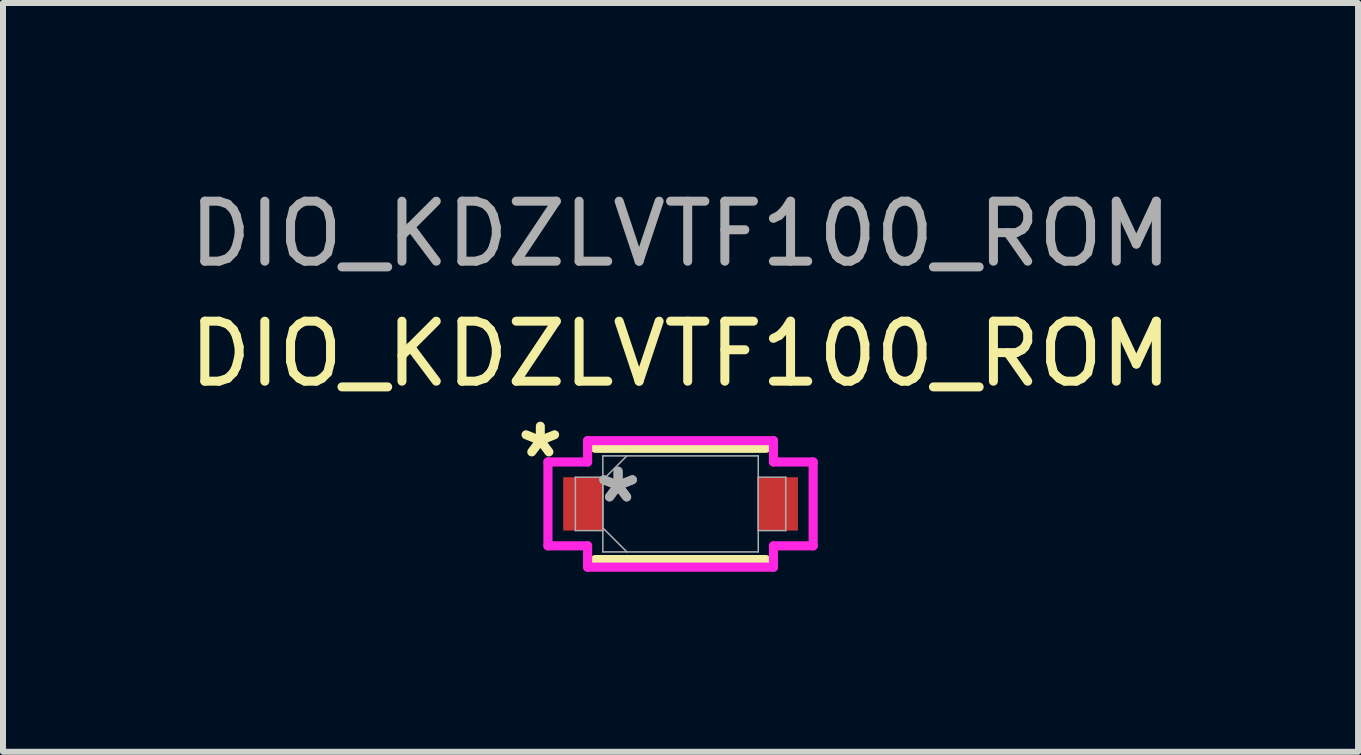
<source format=kicad_pcb>
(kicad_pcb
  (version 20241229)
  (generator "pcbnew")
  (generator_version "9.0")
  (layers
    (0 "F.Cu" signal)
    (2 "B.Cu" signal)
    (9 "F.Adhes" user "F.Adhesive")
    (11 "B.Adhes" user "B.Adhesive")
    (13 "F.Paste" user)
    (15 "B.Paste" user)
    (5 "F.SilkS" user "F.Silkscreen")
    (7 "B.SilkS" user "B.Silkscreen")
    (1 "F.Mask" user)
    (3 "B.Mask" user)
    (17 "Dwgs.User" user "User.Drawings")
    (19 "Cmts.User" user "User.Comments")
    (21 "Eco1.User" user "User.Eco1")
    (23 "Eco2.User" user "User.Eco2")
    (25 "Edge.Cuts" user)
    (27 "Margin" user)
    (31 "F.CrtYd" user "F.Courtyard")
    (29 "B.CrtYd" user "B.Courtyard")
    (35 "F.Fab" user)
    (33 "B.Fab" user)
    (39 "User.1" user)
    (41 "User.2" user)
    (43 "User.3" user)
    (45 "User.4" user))
  (footprint "DIO_KDZLVTF100_ROM"
    (layer "F.Cu")
    (at 8.292 5.348)
    (property "Reference" "DIO_KDZLVTF100_ROM" (at 0 -2.5 0) (unlocked yes) (layer "F.SilkS") (effects (font (size 1 1) (thickness 0.15))))
    (attr smd)
    (fp_line (start -1.422 0.927) (end 1.422 0.927) (stroke (width 0.152) (type solid)) (layer "F.SilkS"))
    (fp_line (start 1.422 -0.927) (end -1.422 -0.927) (stroke (width 0.152) (type solid)) (layer "F.SilkS"))
    (fp_line (start -2.21 -0.699) (end -1.549 -0.699) (stroke (width 0.152) (type solid)) (layer "F.CrtYd"))
    (fp_line (start -2.21 0.699) (end -2.21 -0.699) (stroke (width 0.152) (type solid)) (layer "F.CrtYd"))
    (fp_line (start -1.549 -1.054) (end 1.549 -1.054) (stroke (width 0.152) (type solid)) (layer "F.CrtYd"))
    (fp_line (start -1.549 -0.699) (end -1.549 -1.054) (stroke (width 0.152) (type solid)) (layer "F.CrtYd"))
    (fp_line (start -1.549 0.699) (end -2.21 0.699) (stroke (width 0.152) (type solid)) (layer "F.CrtYd"))
    (fp_line (start -1.549 1.054) (end -1.549 0.699) (stroke (width 0.152) (type solid)) (layer "F.CrtYd"))
    (fp_line (start 1.549 -1.054) (end 1.549 -0.699) (stroke (width 0.152) (type solid)) (layer "F.CrtYd"))
    (fp_line (start 1.549 -0.699) (end 2.21 -0.699) (stroke (width 0.152) (type solid)) (layer "F.CrtYd"))
    (fp_line (start 1.549 0.699) (end 1.549 1.054) (stroke (width 0.152) (type solid)) (layer "F.CrtYd"))
    (fp_line (start 1.549 1.054) (end -1.549 1.054) (stroke (width 0.152) (type solid)) (layer "F.CrtYd"))
    (fp_line (start 2.21 -0.699) (end 2.21 0.699) (stroke (width 0.152) (type solid)) (layer "F.CrtYd"))
    (fp_line (start 2.21 0.699) (end 1.549 0.699) (stroke (width 0.152) (type solid)) (layer "F.CrtYd"))
    (fp_line (start -1.753 -0.445) (end -1.753 0.445) (stroke (width 0.025) (type solid)) (layer "F.Fab"))
    (fp_line (start -1.753 0.445) (end -1.295 0.445) (stroke (width 0.025) (type solid)) (layer "F.Fab"))
    (fp_line (start -1.295 -0.8) (end -1.295 0.8) (stroke (width 0.025) (type solid)) (layer "F.Fab"))
    (fp_line (start -1.295 -0.445) (end -1.753 -0.445) (stroke (width 0.025) (type solid)) (layer "F.Fab"))
    (fp_line (start -1.295 -0.4) (end -0.895 -0.8) (stroke (width 0.025) (type solid)) (layer "F.Fab"))
    (fp_line (start -1.295 0.4) (end -0.895 0.8) (stroke (width 0.025) (type solid)) (layer "F.Fab"))
    (fp_line (start -1.295 0.445) (end -1.295 -0.445) (stroke (width 0.025) (type solid)) (layer "F.Fab"))
    (fp_line (start -1.295 0.8) (end 1.295 0.8) (stroke (width 0.025) (type solid)) (layer "F.Fab"))
    (fp_line (start 1.295 -0.8) (end -1.295 -0.8) (stroke (width 0.025) (type solid)) (layer "F.Fab"))
    (fp_line (start 1.295 -0.445) (end 1.295 0.445) (stroke (width 0.025) (type solid)) (layer "F.Fab"))
    (fp_line (start 1.295 0.445) (end 1.753 0.445) (stroke (width 0.025) (type solid)) (layer "F.Fab"))
    (fp_line (start 1.295 0.8) (end 1.295 -0.8) (stroke (width 0.025) (type solid)) (layer "F.Fab"))
    (fp_line (start 1.753 -0.445) (end 1.295 -0.445) (stroke (width 0.025) (type solid)) (layer "F.Fab"))
    (fp_line (start 1.753 0.445) (end 1.753 -0.445) (stroke (width 0.025) (type solid)) (layer "F.Fab"))
    (fp_text user "*" (at -2.337 -0.75 0) (unlocked yes) (layer "F.SilkS") (effects (font (size 1 1) (thickness 0.15))))
    (fp_text user "*" (at -1.041 0 0) (unlocked yes) (layer "F.Fab") (effects (font (size 1 1) (thickness 0.15))))
    (fp_text user "*" (at -1.041 0 0) (layer "F.Fab") (effects (font (size 1 1) (thickness 0.15))))
    (fp_text user "${REFERENCE}" (at 0 -4.5 0) (unlocked yes) (layer "F.Fab") (effects (font (size 1 1) (thickness 0.15))))
    (pad "1" smd rect (at -1.626 0) (size 0.66 0.889) (layers "F.Cu" "F.Mask" "F.Paste"))
    (pad "2" smd rect (at 1.626 0) (size 0.66 0.889) (layers "F.Cu" "F.Mask" "F.Paste"))
    (zone (net_name "") (layer "F.Cu") (hatch full 0.508) (connect_pads) (min_thickness 0.254) (filled_areas_thickness no) (keepout (tracks not_allowed) (vias not_allowed) (pads allowed) (copperpour not_allowed) (footprints allowed)) (placement (enabled no)) (fill) (polygon (pts (xy 7.047 4.599) (xy 9.536 4.599) (xy 9.536 6.098) (xy 7.047 6.098)))))
  (gr_rect
    (start -3 -3)
    (end 19.583 9.479)
    (stroke (width 0.1) (type default))
    (fill no)
    (layer "Edge.Cuts")))
</source>
